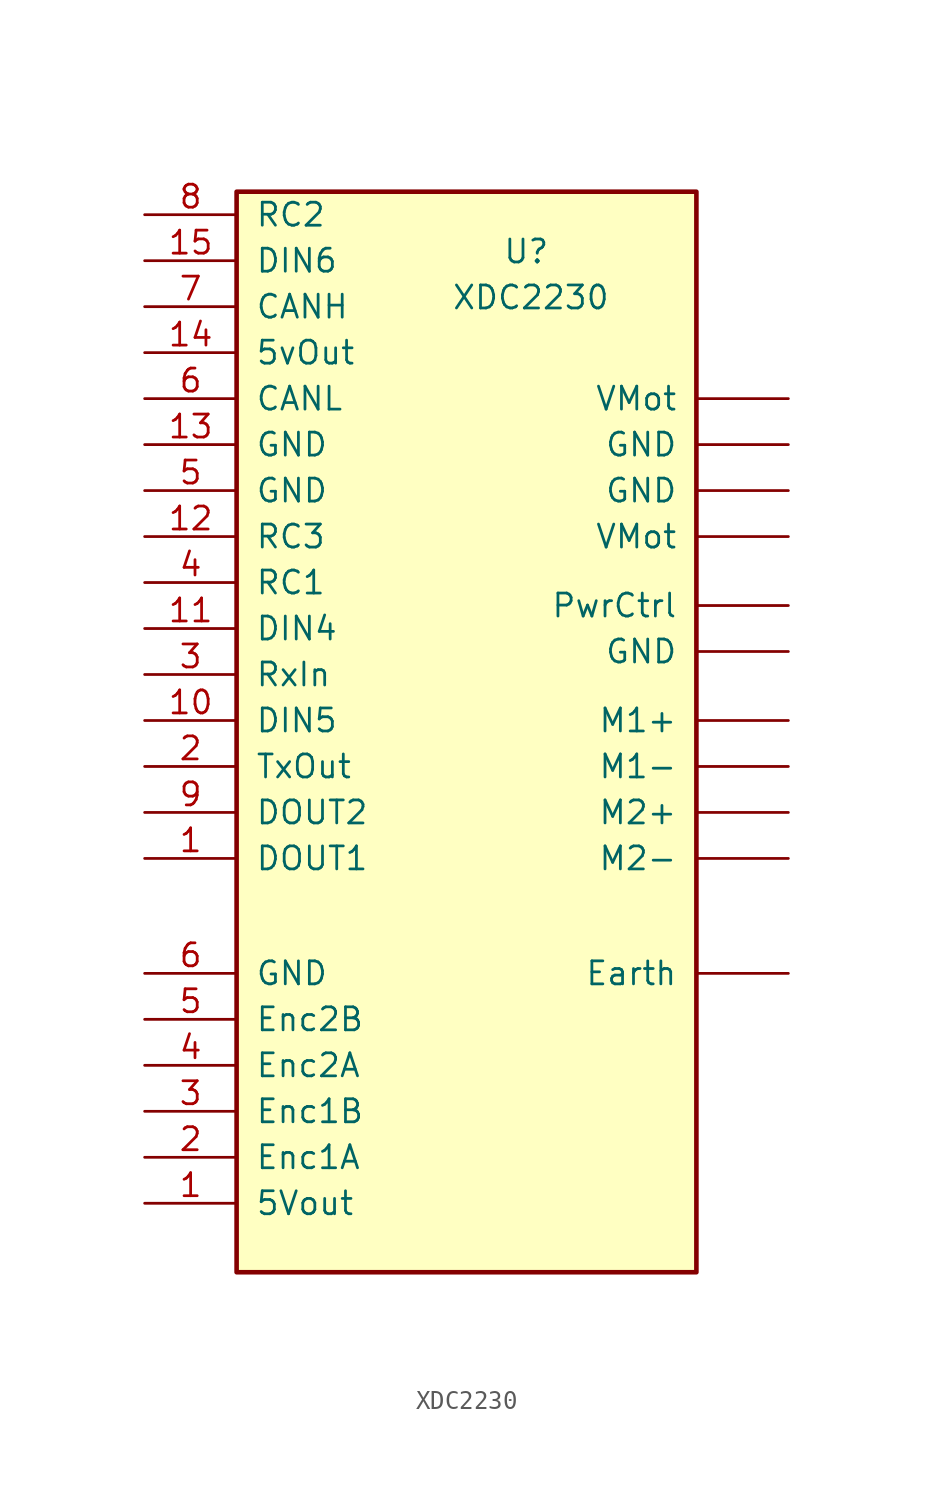
<source format=kicad_sym>
(kicad_symbol_lib
  (version 20231120)
  (generator "kicad_symbol_editor")
  (generator_version "8.0")
  (symbol "XDC2230"
    (pin_names
      (offset 1.016))
    (property "Reference" "U"
      (at 3.302 18.288 0)
      (effects (font (size 1.27 1.27))))
    (property "Value" "XDC2230"
      (at 3.556 15.748 0)
      (effects (font (size 1.27 1.27))))
    (symbol "XDC2230_0_1"
      (rectangle (start -12.7 21.59) (end 12.7 -38.1) (stroke (width 0.254) (type default)) (fill (type background))))
    (symbol "XDC2230_1_0"
      (pin power_in line (at 17.78 2.54 180) (length 5.08) (name "VMot" (effects (font (size 1.27 1.27)))) (number "" (effects (font (size 1.27 1.27)))))
      (pin power_in line (at 17.78 10.16 180) (length 5.08) (name "VMot" (effects (font (size 1.27 1.27)))) (number "" (effects (font (size 1.27 1.27)))))
      (pin output line (at -17.78 -15.24 0) (length 5.08) (name "DOUT1" (effects (font (size 1.27 1.27)))) (number "1" (effects (font (size 1.27 1.27)))))
      (pin input line (at -17.78 -7.62 0) (length 5.08) (name "DIN5" (effects (font (size 1.27 1.27)))) (number "10" (effects (font (size 1.27 1.27)))))
      (pin input line (at -17.78 -2.54 0) (length 5.08) (name "DIN4" (effects (font (size 1.27 1.27)))) (number "11" (effects (font (size 1.27 1.27)))))
      (pin input line (at -17.78 2.54 0) (length 5.08) (name "RC3" (effects (font (size 1.27 1.27)))) (number "12" (effects (font (size 1.27 1.27)))))
      (pin output line (at -17.78 7.62 0) (length 5.08) (name "GND" (effects (font (size 1.27 1.27)))) (number "13" (effects (font (size 1.27 1.27)))))
      (pin output line (at -17.78 12.7 0) (length 5.08) (name "5vOut" (effects (font (size 1.27 1.27)))) (number "14" (effects (font (size 1.27 1.27)))))
      (pin input line (at -17.78 17.78 0) (length 5.08) (name "DIN6" (effects (font (size 1.27 1.27)))) (number "15" (effects (font (size 1.27 1.27)))))
      (pin input line (at -17.78 -31.75 0) (length 5.08) (name "Enc1A" (effects (font (size 1.27 1.27)))) (number "2" (effects (font (size 1.27 1.27)))))
      (pin input line (at -17.78 -29.21 0) (length 5.08) (name "Enc1B" (effects (font (size 1.27 1.27)))) (number "3" (effects (font (size 1.27 1.27)))))
      (pin input line (at -17.78 -5.08 0) (length 5.08) (name "RxIn" (effects (font (size 1.27 1.27)))) (number "3" (effects (font (size 1.27 1.27)))))
      (pin input line (at -17.78 -26.67 0) (length 5.08) (name "Enc2A" (effects (font (size 1.27 1.27)))) (number "4" (effects (font (size 1.27 1.27)))))
      (pin input line (at -17.78 0 0) (length 5.08) (name "RC1" (effects (font (size 1.27 1.27)))) (number "4" (effects (font (size 1.27 1.27)))))
      (pin input line (at -17.78 -24.13 0) (length 5.08) (name "Enc2B" (effects (font (size 1.27 1.27)))) (number "5" (effects (font (size 1.27 1.27)))))
      (pin output line (at -17.78 5.08 0) (length 5.08) (name "GND" (effects (font (size 1.27 1.27)))) (number "5" (effects (font (size 1.27 1.27)))))
      (pin bidirectional line (at -17.78 10.16 0) (length 5.08) (name "CANL" (effects (font (size 1.27 1.27)))) (number "6" (effects (font (size 1.27 1.27)))))
      (pin output line (at -17.78 -21.59 0) (length 5.08) (name "GND" (effects (font (size 1.27 1.27)))) (number "6" (effects (font (size 1.27 1.27)))))
      (pin bidirectional line (at -17.78 15.24 0) (length 5.08) (name "CANH" (effects (font (size 1.27 1.27)))) (number "7" (effects (font (size 1.27 1.27)))))
      (pin input line (at -17.78 20.32 0) (length 5.08) (name "RC2" (effects (font (size 1.27 1.27)))) (number "8" (effects (font (size 1.27 1.27)))))
      (pin output line (at -17.78 -12.7 0) (length 5.08) (name "DOUT2" (effects (font (size 1.27 1.27)))) (number "9" (effects (font (size 1.27 1.27))))))
    (symbol "XDC2230_1_1"
      (pin power_in line (at 17.78 -21.59 180) (length 5.08) (name "Earth" (effects (font (size 1.27 1.27)))) (number "" (effects (font (size 1.27 1.27)))))
      (pin power_in line (at 17.78 -3.81 180) (length 5.08) (name "GND" (effects (font (size 1.27 1.27)))) (number "" (effects (font (size 1.27 1.27)))))
      (pin power_in line (at 17.78 5.08 180) (length 5.08) (name "GND" (effects (font (size 1.27 1.27)))) (number "" (effects (font (size 1.27 1.27)))))
      (pin power_in line (at 17.78 7.62 180) (length 5.08) (name "GND" (effects (font (size 1.27 1.27)))) (number "" (effects (font (size 1.27 1.27)))))
      (pin power_out line (at 17.78 -7.62 180) (length 5.08) (name "M1+" (effects (font (size 1.27 1.27)))) (number "" (effects (font (size 1.27 1.27)))))
      (pin power_out line (at 17.78 -10.16 180) (length 5.08) (name "M1-" (effects (font (size 1.27 1.27)))) (number "" (effects (font (size 1.27 1.27)))))
      (pin power_out line (at 17.78 -12.7 180) (length 5.08) (name "M2+" (effects (font (size 1.27 1.27)))) (number "" (effects (font (size 1.27 1.27)))))
      (pin power_out line (at 17.78 -15.24 180) (length 5.08) (name "M2-" (effects (font (size 1.27 1.27)))) (number "" (effects (font (size 1.27 1.27)))))
      (pin power_in line (at 17.78 -1.27 180) (length 5.08) (name "PwrCtrl" (effects (font (size 1.27 1.27)))) (number "" (effects (font (size 1.27 1.27)))))
      (pin output line (at -17.78 -34.29 0) (length 5.08) (name "5Vout" (effects (font (size 1.27 1.27)))) (number "1" (effects (font (size 1.27 1.27)))))
      (pin output line (at -17.78 -10.16 0) (length 5.08) (name "TxOut" (effects (font (size 1.27 1.27)))) (number "2" (effects (font (size 1.27 1.27))))))))
</source>
